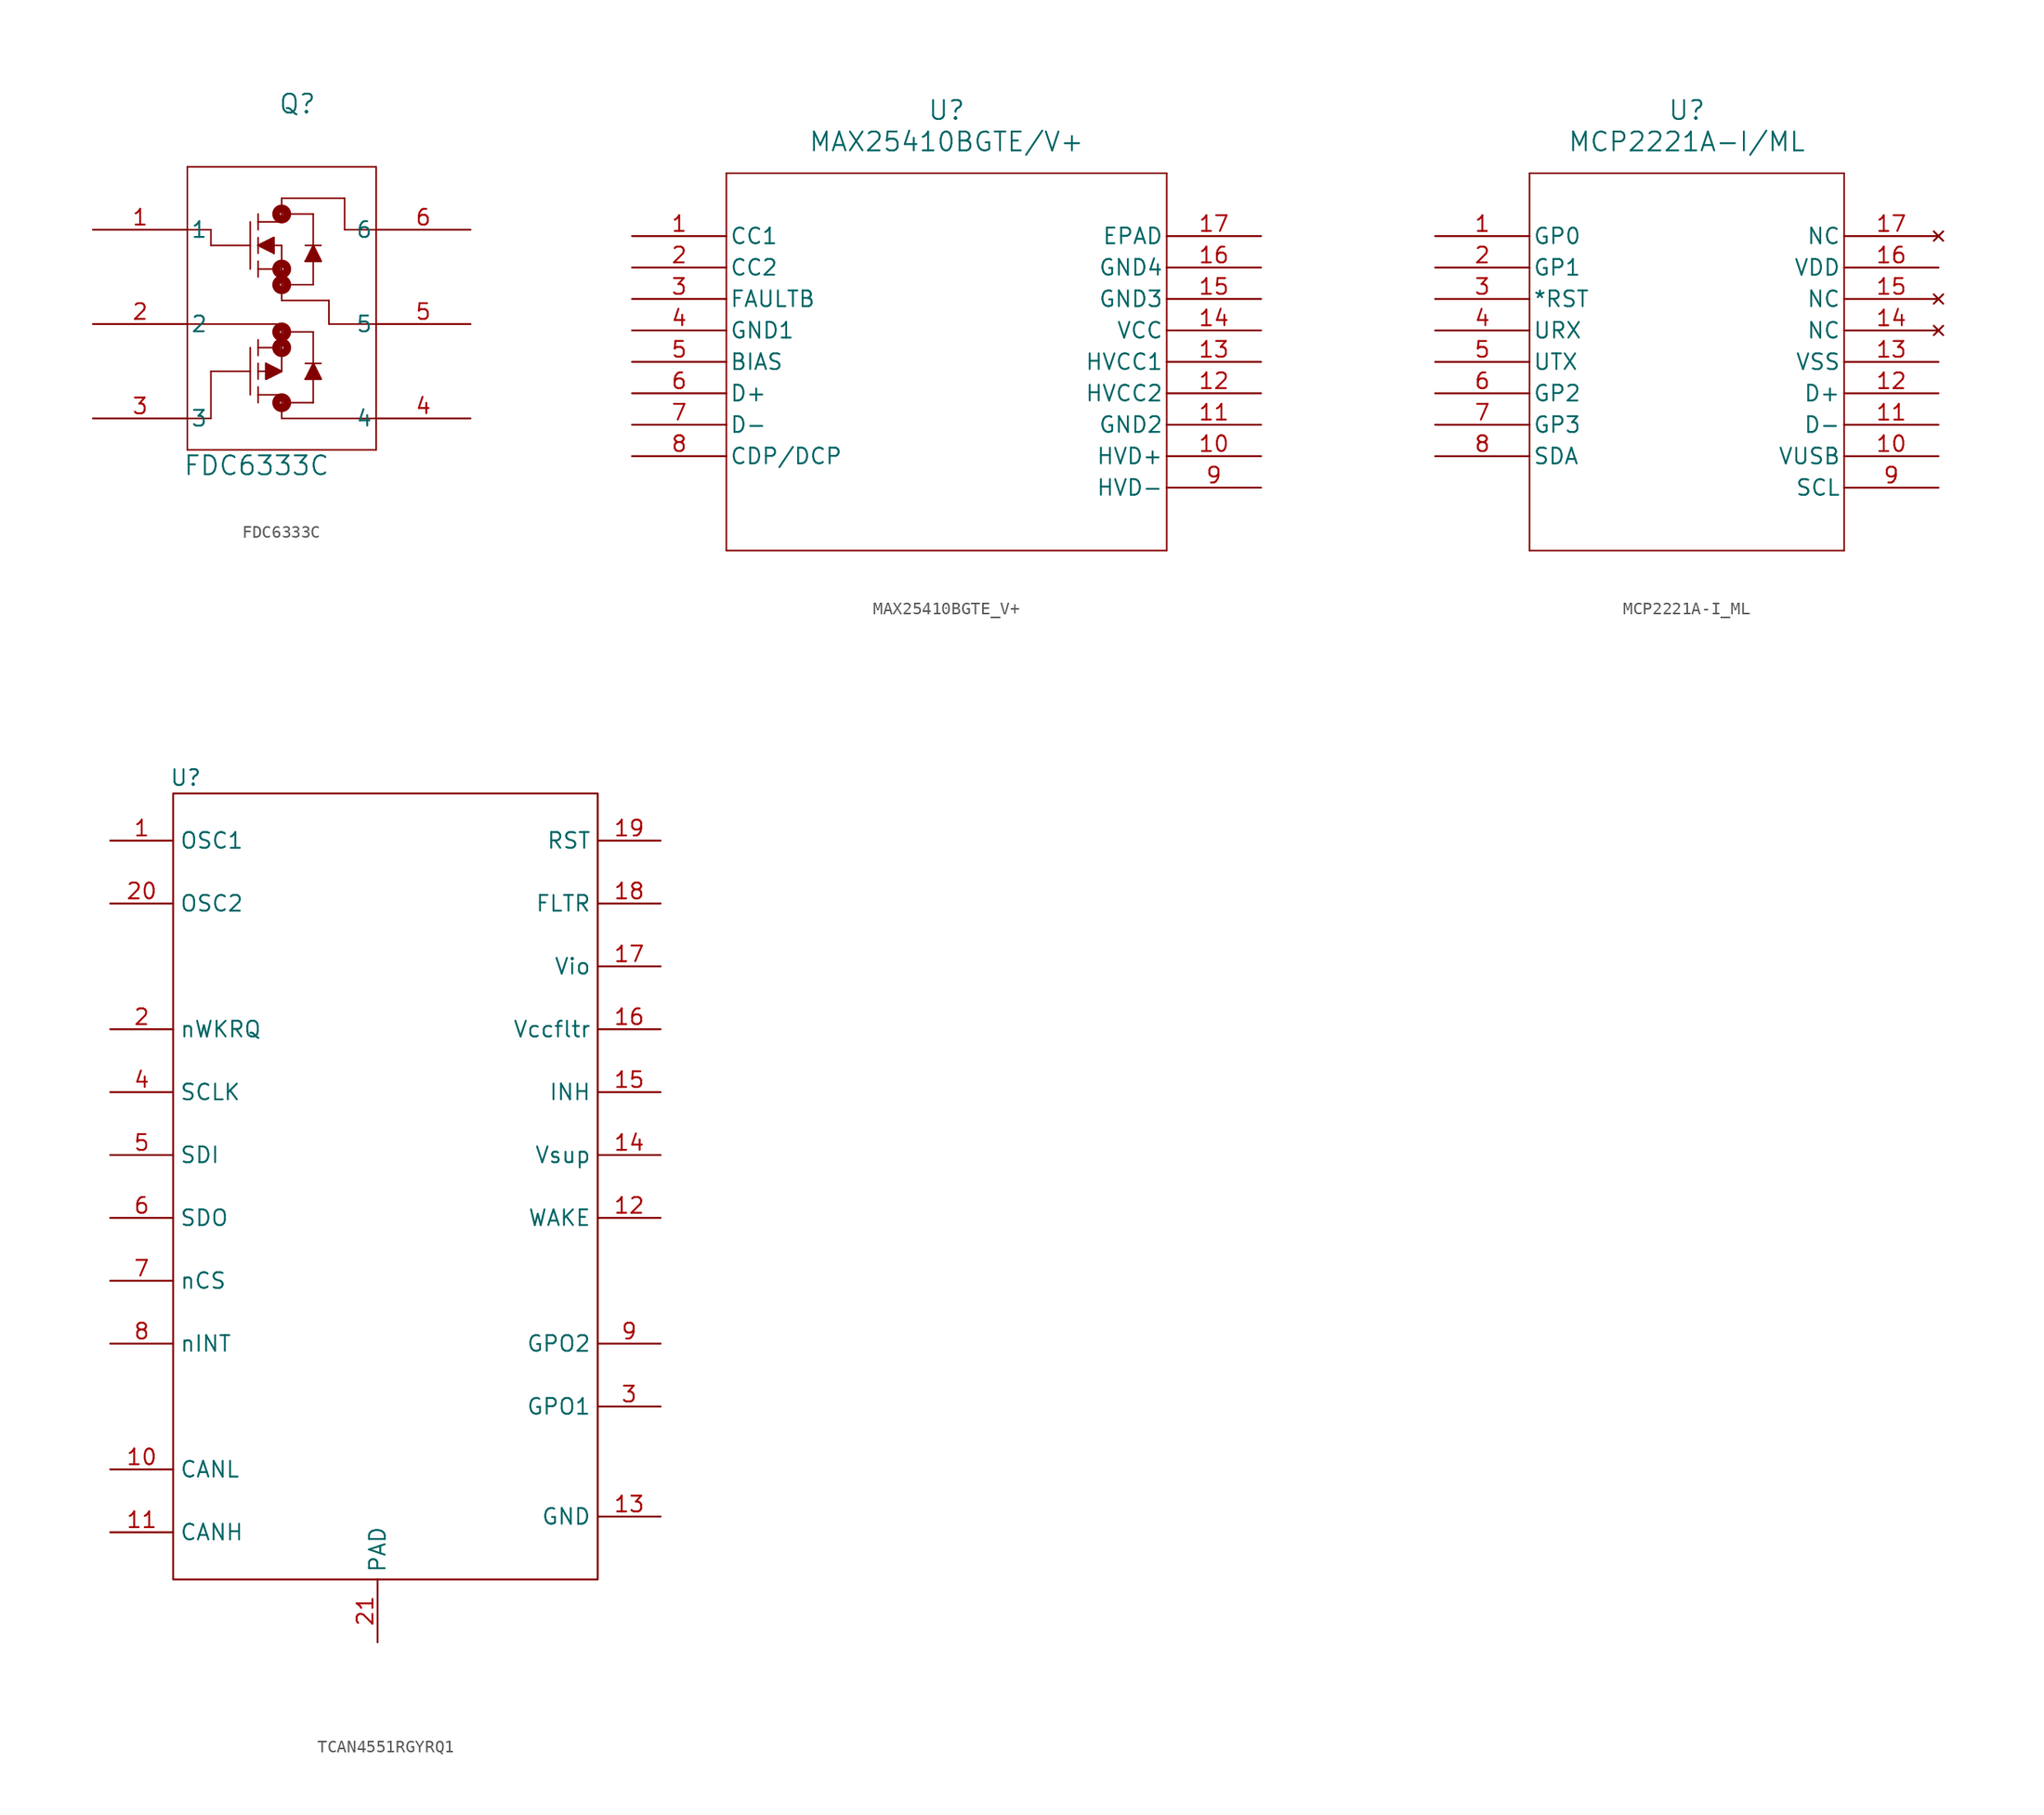
<source format=kicad_sym>
(kicad_symbol_lib
  (version 20241209)
  (generator "kicad_symbol_editor")
  (generator_version "9.0")
  (symbol "FDC6333C"
    (pin_names
      (offset 0.254))
    (property "Reference" "Q"
      (at 16.51 10.16 0)
      (effects (font (size 1.524 1.524))))
    (property "Value" "FDC6333C"
      (at 13.208 -19.05 0)
      (effects (font (size 1.524 1.524))))
    (property "ki_locked" ""
      (at 0 0 0)
      (effects (font (size 1.27 1.27))))
    (symbol "FDC6333C_0_1"
      (polyline (pts (xy 7.62 5.08) (xy 7.62 -17.78)) (stroke (width 0.127) (type default)) (fill (type none)))
      (polyline (pts (xy 7.62 0) (xy 9.525 0)) (stroke (width 0.127) (type default)) (fill (type none)))
      (polyline (pts (xy 7.62 -15.24) (xy 9.525 -15.24)) (stroke (width 0.127) (type default)) (fill (type none)))
      (polyline (pts (xy 7.62 -17.78) (xy 22.86 -17.78)) (stroke (width 0.127) (type default)) (fill (type none)))
      (polyline (pts (xy 9.525 0) (xy 9.525 -1.27)) (stroke (width 0.127) (type default)) (fill (type none)))
      (polyline (pts (xy 9.525 -1.27) (xy 12.7 -1.27)) (stroke (width 0.127) (type default)) (fill (type none)))
      (polyline (pts (xy 9.525 -11.43) (xy 9.525 -15.24)) (stroke (width 0.127) (type default)) (fill (type none)))
      (polyline (pts (xy 12.7 -3.175) (xy 12.7 0.635)) (stroke (width 0.127) (type default)) (fill (type none)))
      (polyline (pts (xy 12.7 -9.525) (xy 12.7 -13.335)) (stroke (width 0.127) (type default)) (fill (type none)))
      (polyline (pts (xy 12.7 -11.43) (xy 9.525 -11.43)) (stroke (width 0.127) (type default)) (fill (type none)))
      (polyline (pts (xy 13.335 0.635) (xy 15.24 0.635)) (stroke (width 0.127) (type default)) (fill (type none)))
      (polyline (pts (xy 13.335 0) (xy 13.335 1.27)) (stroke (width 0.127) (type default)) (fill (type none)))
      (polyline (pts (xy 13.335 -1.27) (xy 14.605 -0.635)) (stroke (width 0.127) (type default)) (fill (type none)))
      (polyline (pts (xy 13.335 -1.27) (xy 15.24 -1.27)) (stroke (width 0.127) (type default)) (fill (type none)))
      (polyline (pts (xy 13.335 -1.27) (xy 14.605 -0.635) (xy 14.605 -1.905)) (stroke (width 0) (type default)) (fill (type outline)))
      (polyline (pts (xy 13.335 -1.905) (xy 13.335 -0.635)) (stroke (width 0.127) (type default)) (fill (type none)))
      (polyline (pts (xy 13.335 -3.175) (xy 15.24 -3.175)) (stroke (width 0.127) (type default)) (fill (type none)))
      (polyline (pts (xy 13.335 -3.81) (xy 13.335 -2.54)) (stroke (width 0.127) (type default)) (fill (type none)))
      (polyline (pts (xy 13.335 -8.89) (xy 13.335 -10.16)) (stroke (width 0.127) (type default)) (fill (type none)))
      (polyline (pts (xy 13.335 -9.525) (xy 15.24 -9.525)) (stroke (width 0.127) (type default)) (fill (type none)))
      (polyline (pts (xy 13.335 -10.795) (xy 13.335 -12.065)) (stroke (width 0.127) (type default)) (fill (type none)))
      (polyline (pts (xy 13.335 -11.43) (xy 15.24 -11.43)) (stroke (width 0.127) (type default)) (fill (type none)))
      (polyline (pts (xy 13.335 -12.7) (xy 13.335 -13.97)) (stroke (width 0.127) (type default)) (fill (type none)))
      (polyline (pts (xy 13.335 -13.335) (xy 15.24 -13.335)) (stroke (width 0.127) (type default)) (fill (type none)))
      (polyline (pts (xy 13.97 -10.795) (xy 15.24 -11.43)) (stroke (width 0.127) (type default)) (fill (type none)))
      (polyline (pts (xy 13.97 -12.065) (xy 13.97 -10.795)) (stroke (width 0.127) (type default)) (fill (type none)))
      (polyline (pts (xy 14.605 -0.635) (xy 14.605 -1.905)) (stroke (width 0.127) (type default)) (fill (type none)))
      (polyline (pts (xy 14.605 -1.905) (xy 13.335 -1.27)) (stroke (width 0.127) (type default)) (fill (type none)))
      (polyline (pts (xy 15.24 2.54) (xy 20.32 2.54)) (stroke (width 0.127) (type default)) (fill (type none)))
      (polyline (pts (xy 15.24 1.27) (xy 17.78 1.27)) (stroke (width 0.127) (type default)) (fill (type none)))
      (circle (center 15.24 1.27) (radius 0.127) (stroke (width 0.635) (type default)) (fill (type none)))
      (polyline (pts (xy 15.24 0.635) (xy 15.24 2.54)) (stroke (width 0.127) (type default)) (fill (type none)))
      (polyline (pts (xy 15.24 -1.27) (xy 15.24 -5.715)) (stroke (width 0.127) (type default)) (fill (type none)))
      (circle (center 15.24 -3.175) (radius 0.127) (stroke (width 0.635) (type default)) (fill (type none)))
      (polyline (pts (xy 15.24 -4.445) (xy 17.78 -4.445)) (stroke (width 0.127) (type default)) (fill (type none)))
      (circle (center 15.24 -4.445) (radius 0.127) (stroke (width 0.635) (type default)) (fill (type none)))
      (polyline (pts (xy 15.24 -7.62) (xy 7.62 -7.62)) (stroke (width 0.127) (type default)) (fill (type none)))
      (polyline (pts (xy 15.24 -8.255) (xy 17.78 -8.255)) (stroke (width 0.127) (type default)) (fill (type none)))
      (circle (center 15.24 -8.255) (radius 0.127) (stroke (width 0.635) (type default)) (fill (type none)))
      (circle (center 15.24 -9.525) (radius 0.127) (stroke (width 0.635) (type default)) (fill (type none)))
      (polyline (pts (xy 15.24 -11.43) (xy 13.97 -12.065)) (stroke (width 0.127) (type default)) (fill (type none)))
      (polyline (pts (xy 15.24 -11.43) (xy 15.24 -7.62)) (stroke (width 0.127) (type default)) (fill (type none)))
      (polyline (pts (xy 15.24 -11.43) (xy 13.97 -12.065) (xy 13.97 -10.795)) (stroke (width 0) (type default)) (fill (type outline)))
      (polyline (pts (xy 15.24 -13.97) (xy 17.78 -13.97)) (stroke (width 0.127) (type default)) (fill (type none)))
      (circle (center 15.24 -13.97) (radius 0.127) (stroke (width 0.635) (type default)) (fill (type none)))
      (polyline (pts (xy 15.24 -15.24) (xy 15.24 -13.335)) (stroke (width 0.127) (type default)) (fill (type none)))
      (polyline (pts (xy 17.145 -1.27) (xy 18.415 -1.27)) (stroke (width 0.127) (type default)) (fill (type none)))
      (polyline (pts (xy 17.145 -2.54) (xy 18.415 -2.54)) (stroke (width 0.127) (type default)) (fill (type none)))
      (polyline (pts (xy 17.145 -10.795) (xy 18.415 -10.795)) (stroke (width 0.127) (type default)) (fill (type none)))
      (polyline (pts (xy 17.145 -12.065) (xy 18.415 -12.065)) (stroke (width 0.127) (type default)) (fill (type none)))
      (polyline (pts (xy 17.78 1.27) (xy 17.78 -4.445)) (stroke (width 0.127) (type default)) (fill (type none)))
      (polyline (pts (xy 17.78 -1.27) (xy 17.145 -2.54)) (stroke (width 0.127) (type default)) (fill (type none)))
      (polyline (pts (xy 17.78 -1.27) (xy 18.415 -2.54) (xy 17.145 -2.54)) (stroke (width 0) (type default)) (fill (type outline)))
      (polyline (pts (xy 17.78 -10.795) (xy 17.145 -12.065)) (stroke (width 0.127) (type default)) (fill (type none)))
      (polyline (pts (xy 17.78 -10.795) (xy 18.415 -12.065) (xy 17.145 -12.065)) (stroke (width 0) (type default)) (fill (type outline)))
      (polyline (pts (xy 17.78 -13.97) (xy 17.78 -8.255)) (stroke (width 0.127) (type default)) (fill (type none)))
      (polyline (pts (xy 18.415 -2.54) (xy 17.78 -1.27)) (stroke (width 0.127) (type default)) (fill (type none)))
      (polyline (pts (xy 18.415 -12.065) (xy 17.78 -10.795)) (stroke (width 0.127) (type default)) (fill (type none)))
      (polyline (pts (xy 19.05 -5.715) (xy 15.24 -5.715)) (stroke (width 0.127) (type default)) (fill (type none)))
      (polyline (pts (xy 19.05 -5.715) (xy 19.05 -7.62)) (stroke (width 0.127) (type default)) (fill (type none)))
      (polyline (pts (xy 19.05 -7.62) (xy 22.86 -7.62)) (stroke (width 0.127) (type default)) (fill (type none)))
      (polyline (pts (xy 20.32 0) (xy 20.32 2.54)) (stroke (width 0.127) (type default)) (fill (type none)))
      (polyline (pts (xy 20.32 0) (xy 22.86 0)) (stroke (width 0.127) (type default)) (fill (type none)))
      (polyline (pts (xy 22.86 5.08) (xy 7.62 5.08)) (stroke (width 0.127) (type default)) (fill (type none)))
      (polyline (pts (xy 22.86 -15.24) (xy 15.24 -15.24)) (stroke (width 0.127) (type default)) (fill (type none)))
      (polyline (pts (xy 22.86 -17.78) (xy 22.86 5.08)) (stroke (width 0.127) (type default)) (fill (type none)))
      (pin unspecified line (at 0 0 0) (length 7.62) (name "1" (effects (font (size 1.27 1.27)))) (number "1" (effects (font (size 1.27 1.27)))))
      (pin unspecified line (at 0 -7.62 0) (length 7.62) (name "2" (effects (font (size 1.27 1.27)))) (number "2" (effects (font (size 1.27 1.27)))))
      (pin unspecified line (at 0 -15.24 0) (length 7.62) (name "3" (effects (font (size 1.27 1.27)))) (number "3" (effects (font (size 1.27 1.27)))))
      (pin unspecified line (at 30.48 0 180) (length 7.62) (name "6" (effects (font (size 1.27 1.27)))) (number "6" (effects (font (size 1.27 1.27)))))
      (pin unspecified line (at 30.48 -7.62 180) (length 7.62) (name "5" (effects (font (size 1.27 1.27)))) (number "5" (effects (font (size 1.27 1.27)))))
      (pin unspecified line (at 30.48 -15.24 180) (length 7.62) (name "4" (effects (font (size 1.27 1.27)))) (number "4" (effects (font (size 1.27 1.27)))))))
  (symbol "MAX25410BGTE_V+"
    (pin_names
      (offset 0.254))
    (property "Reference" "U"
      (at 25.4 10.16 0)
      (effects (font (size 1.524 1.524))))
    (property "Value" "MAX25410BGTE/V+"
      (at 25.4 7.62 0)
      (effects (font (size 1.524 1.524))))
    (property "ki_locked" ""
      (at 0 0 0)
      (effects (font (size 1.27 1.27))))
    (symbol "MAX25410BGTE_V+_0_1"
      (polyline (pts (xy 7.62 5.08) (xy 7.62 -25.4)) (stroke (width 0.127) (type default)) (fill (type none)))
      (polyline (pts (xy 7.62 -25.4) (xy 43.18 -25.4)) (stroke (width 0.127) (type default)) (fill (type none)))
      (polyline (pts (xy 43.18 5.08) (xy 7.62 5.08)) (stroke (width 0.127) (type default)) (fill (type none)))
      (polyline (pts (xy 43.18 -25.4) (xy 43.18 5.08)) (stroke (width 0.127) (type default)) (fill (type none)))
      (pin unspecified line (at 0 0 0) (length 7.62) (name "CC1" (effects (font (size 1.27 1.27)))) (number "1" (effects (font (size 1.27 1.27)))))
      (pin unspecified line (at 0 -2.54 0) (length 7.62) (name "CC2" (effects (font (size 1.27 1.27)))) (number "2" (effects (font (size 1.27 1.27)))))
      (pin output line (at 0 -5.08 0) (length 7.62) (name "FAULTB" (effects (font (size 1.27 1.27)))) (number "3" (effects (font (size 1.27 1.27)))))
      (pin power_out line (at 0 -7.62 0) (length 7.62) (name "GND1" (effects (font (size 1.27 1.27)))) (number "4" (effects (font (size 1.27 1.27)))))
      (pin output line (at 0 -10.16 0) (length 7.62) (name "BIAS" (effects (font (size 1.27 1.27)))) (number "5" (effects (font (size 1.27 1.27)))))
      (pin unspecified line (at 0 -12.7 0) (length 7.62) (name "D+" (effects (font (size 1.27 1.27)))) (number "6" (effects (font (size 1.27 1.27)))))
      (pin unspecified line (at 0 -15.24 0) (length 7.62) (name "D-" (effects (font (size 1.27 1.27)))) (number "7" (effects (font (size 1.27 1.27)))))
      (pin unspecified line (at 0 -17.78 0) (length 7.62) (name "CDP/DCP" (effects (font (size 1.27 1.27)))) (number "8" (effects (font (size 1.27 1.27)))))
      (pin unspecified line (at 50.8 0 180) (length 7.62) (name "EPAD" (effects (font (size 1.27 1.27)))) (number "17" (effects (font (size 1.27 1.27)))))
      (pin power_out line (at 50.8 -2.54 180) (length 7.62) (name "GND4" (effects (font (size 1.27 1.27)))) (number "16" (effects (font (size 1.27 1.27)))))
      (pin power_out line (at 50.8 -5.08 180) (length 7.62) (name "GND3" (effects (font (size 1.27 1.27)))) (number "15" (effects (font (size 1.27 1.27)))))
      (pin power_in line (at 50.8 -7.62 180) (length 7.62) (name "VCC" (effects (font (size 1.27 1.27)))) (number "14" (effects (font (size 1.27 1.27)))))
      (pin power_in line (at 50.8 -10.16 180) (length 7.62) (name "HVCC1" (effects (font (size 1.27 1.27)))) (number "13" (effects (font (size 1.27 1.27)))))
      (pin power_in line (at 50.8 -12.7 180) (length 7.62) (name "HVCC2" (effects (font (size 1.27 1.27)))) (number "12" (effects (font (size 1.27 1.27)))))
      (pin power_out line (at 50.8 -15.24 180) (length 7.62) (name "GND2" (effects (font (size 1.27 1.27)))) (number "11" (effects (font (size 1.27 1.27)))))
      (pin unspecified line (at 50.8 -17.78 180) (length 7.62) (name "HVD+" (effects (font (size 1.27 1.27)))) (number "10" (effects (font (size 1.27 1.27)))))
      (pin unspecified line (at 50.8 -20.32 180) (length 7.62) (name "HVD-" (effects (font (size 1.27 1.27)))) (number "9" (effects (font (size 1.27 1.27)))))))
  (symbol "MCP2221A-I_ML"
    (pin_names
      (offset 0.254))
    (property "Reference" "U"
      (at 20.32 10.16 0)
      (effects (font (size 1.524 1.524))))
    (property "Value" "MCP2221A-I/ML"
      (at 20.32 7.62 0)
      (effects (font (size 1.524 1.524))))
    (property "ki_locked" ""
      (at 0 0 0)
      (effects (font (size 1.27 1.27))))
    (symbol "MCP2221A-I_ML_0_1"
      (polyline (pts (xy 7.62 5.08) (xy 7.62 -25.4)) (stroke (width 0.127) (type default)) (fill (type none)))
      (polyline (pts (xy 7.62 -25.4) (xy 33.02 -25.4)) (stroke (width 0.127) (type default)) (fill (type none)))
      (polyline (pts (xy 33.02 5.08) (xy 7.62 5.08)) (stroke (width 0.127) (type default)) (fill (type none)))
      (polyline (pts (xy 33.02 -25.4) (xy 33.02 5.08)) (stroke (width 0.127) (type default)) (fill (type none)))
      (pin bidirectional line (at 0 0 0) (length 7.62) (name "GP0" (effects (font (size 1.27 1.27)))) (number "1" (effects (font (size 1.27 1.27)))))
      (pin bidirectional line (at 0 -2.54 0) (length 7.62) (name "GP1" (effects (font (size 1.27 1.27)))) (number "2" (effects (font (size 1.27 1.27)))))
      (pin input line (at 0 -5.08 0) (length 7.62) (name "*RST" (effects (font (size 1.27 1.27)))) (number "3" (effects (font (size 1.27 1.27)))))
      (pin input line (at 0 -7.62 0) (length 7.62) (name "URX" (effects (font (size 1.27 1.27)))) (number "4" (effects (font (size 1.27 1.27)))))
      (pin output line (at 0 -10.16 0) (length 7.62) (name "UTX" (effects (font (size 1.27 1.27)))) (number "5" (effects (font (size 1.27 1.27)))))
      (pin bidirectional line (at 0 -12.7 0) (length 7.62) (name "GP2" (effects (font (size 1.27 1.27)))) (number "6" (effects (font (size 1.27 1.27)))))
      (pin bidirectional line (at 0 -15.24 0) (length 7.62) (name "GP3" (effects (font (size 1.27 1.27)))) (number "7" (effects (font (size 1.27 1.27)))))
      (pin bidirectional line (at 0 -17.78 0) (length 7.62) (name "SDA" (effects (font (size 1.27 1.27)))) (number "8" (effects (font (size 1.27 1.27)))))
      (pin no_connect line (at 40.64 0 180) (length 7.62) (name "NC" (effects (font (size 1.27 1.27)))) (number "17" (effects (font (size 1.27 1.27)))))
      (pin power_in line (at 40.64 -2.54 180) (length 7.62) (name "VDD" (effects (font (size 1.27 1.27)))) (number "16" (effects (font (size 1.27 1.27)))))
      (pin no_connect line (at 40.64 -5.08 180) (length 7.62) (name "NC" (effects (font (size 1.27 1.27)))) (number "15" (effects (font (size 1.27 1.27)))))
      (pin no_connect line (at 40.64 -7.62 180) (length 7.62) (name "NC" (effects (font (size 1.27 1.27)))) (number "14" (effects (font (size 1.27 1.27)))))
      (pin power_out line (at 40.64 -10.16 180) (length 7.62) (name "VSS" (effects (font (size 1.27 1.27)))) (number "13" (effects (font (size 1.27 1.27)))))
      (pin bidirectional line (at 40.64 -12.7 180) (length 7.62) (name "D+" (effects (font (size 1.27 1.27)))) (number "12" (effects (font (size 1.27 1.27)))))
      (pin bidirectional line (at 40.64 -15.24 180) (length 7.62) (name "D-" (effects (font (size 1.27 1.27)))) (number "11" (effects (font (size 1.27 1.27)))))
      (pin power_in line (at 40.64 -17.78 180) (length 7.62) (name "VUSB" (effects (font (size 1.27 1.27)))) (number "10" (effects (font (size 1.27 1.27)))))
      (pin bidirectional line (at 40.64 -20.32 180) (length 7.62) (name "SCL" (effects (font (size 1.27 1.27)))) (number "9" (effects (font (size 1.27 1.27)))))))
  (symbol "TCAN4551RGYRQ1"
    (property "Reference" "U"
      (at 6.096 20.32 0)
      (effects (font (size 1.27 1.27))))
    (symbol "TCAN4551RGYRQ1_0_1"
      (rectangle (start 5.08 19.05) (end 39.37 -44.45) (stroke (width 0) (type default)) (fill (type none))))
    (symbol "TCAN4551RGYRQ1_1_0"
      (pin input line (at 0 15.24 0) (length 5.08) (name "OSC1" (effects (font (size 1.27 1.27)))) (number "1" (effects (font (size 1.27 1.27)))))
      (pin output line (at 0 10.16 0) (length 5.08) (name "OSC2" (effects (font (size 1.27 1.27)))) (number "20" (effects (font (size 1.27 1.27)))))
      (pin output line (at 44.45 -25.4 180) (length 5.08) (name "GPO2" (effects (font (size 1.27 1.27)))) (number "9" (effects (font (size 1.27 1.27)))))
      (pin output line (at 44.45 -30.48 180) (length 5.08) (name "GPO1" (effects (font (size 1.27 1.27)))) (number "3" (effects (font (size 1.27 1.27))))))
    (symbol "TCAN4551RGYRQ1_1_1"
      (pin input line (at 0 0 0) (length 5.08) (name "nWKRQ" (effects (font (size 1.27 1.27)))) (number "2" (effects (font (size 1.27 1.27)))))
      (pin input line (at 0 -5.08 0) (length 5.08) (name "SCLK" (effects (font (size 1.27 1.27)))) (number "4" (effects (font (size 1.27 1.27)))))
      (pin input line (at 0 -10.16 0) (length 5.08) (name "SDI" (effects (font (size 1.27 1.27)))) (number "5" (effects (font (size 1.27 1.27)))))
      (pin output line (at 0 -15.24 0) (length 5.08) (name "SDO" (effects (font (size 1.27 1.27)))) (number "6" (effects (font (size 1.27 1.27)))))
      (pin input line (at 0 -20.32 0) (length 5.08) (name "nCS" (effects (font (size 1.27 1.27)))) (number "7" (effects (font (size 1.27 1.27)))))
      (pin input line (at 0 -25.4 0) (length 5.08) (name "nINT" (effects (font (size 1.27 1.27)))) (number "8" (effects (font (size 1.27 1.27)))))
      (pin bidirectional line (at 0 -35.56 0) (length 5.08) (name "CANL" (effects (font (size 1.27 1.27)))) (number "10" (effects (font (size 1.27 1.27)))))
      (pin bidirectional line (at 0 -40.64 0) (length 5.08) (name "CANH" (effects (font (size 1.27 1.27)))) (number "11" (effects (font (size 1.27 1.27)))))
      (pin input line (at 21.59 -49.53 90) (length 5.08) (name "PAD" (effects (font (size 1.27 1.27)))) (number "21" (effects (font (size 1.27 1.27)))))
      (pin input line (at 44.45 15.24 180) (length 5.08) (name "RST" (effects (font (size 1.27 1.27)))) (number "19" (effects (font (size 1.27 1.27)))))
      (pin input line (at 44.45 10.16 180) (length 5.08) (name "FLTR" (effects (font (size 1.27 1.27)))) (number "18" (effects (font (size 1.27 1.27)))))
      (pin input line (at 44.45 5.08 180) (length 5.08) (name "Vio" (effects (font (size 1.27 1.27)))) (number "17" (effects (font (size 1.27 1.27)))))
      (pin input line (at 44.45 0 180) (length 5.08) (name "Vccfltr" (effects (font (size 1.27 1.27)))) (number "16" (effects (font (size 1.27 1.27)))))
      (pin output line (at 44.45 -5.08 180) (length 5.08) (name "INH" (effects (font (size 1.27 1.27)))) (number "15" (effects (font (size 1.27 1.27)))))
      (pin power_in line (at 44.45 -10.16 180) (length 5.08) (name "Vsup" (effects (font (size 1.27 1.27)))) (number "14" (effects (font (size 1.27 1.27)))))
      (pin passive line (at 44.45 -15.24 180) (length 5.08) (name "WAKE" (effects (font (size 1.27 1.27)))) (number "12" (effects (font (size 1.27 1.27)))))
      (pin input line (at 44.45 -39.37 180) (length 5.08) (name "GND" (effects (font (size 1.27 1.27)))) (number "13" (effects (font (size 1.27 1.27))))))))
</source>
